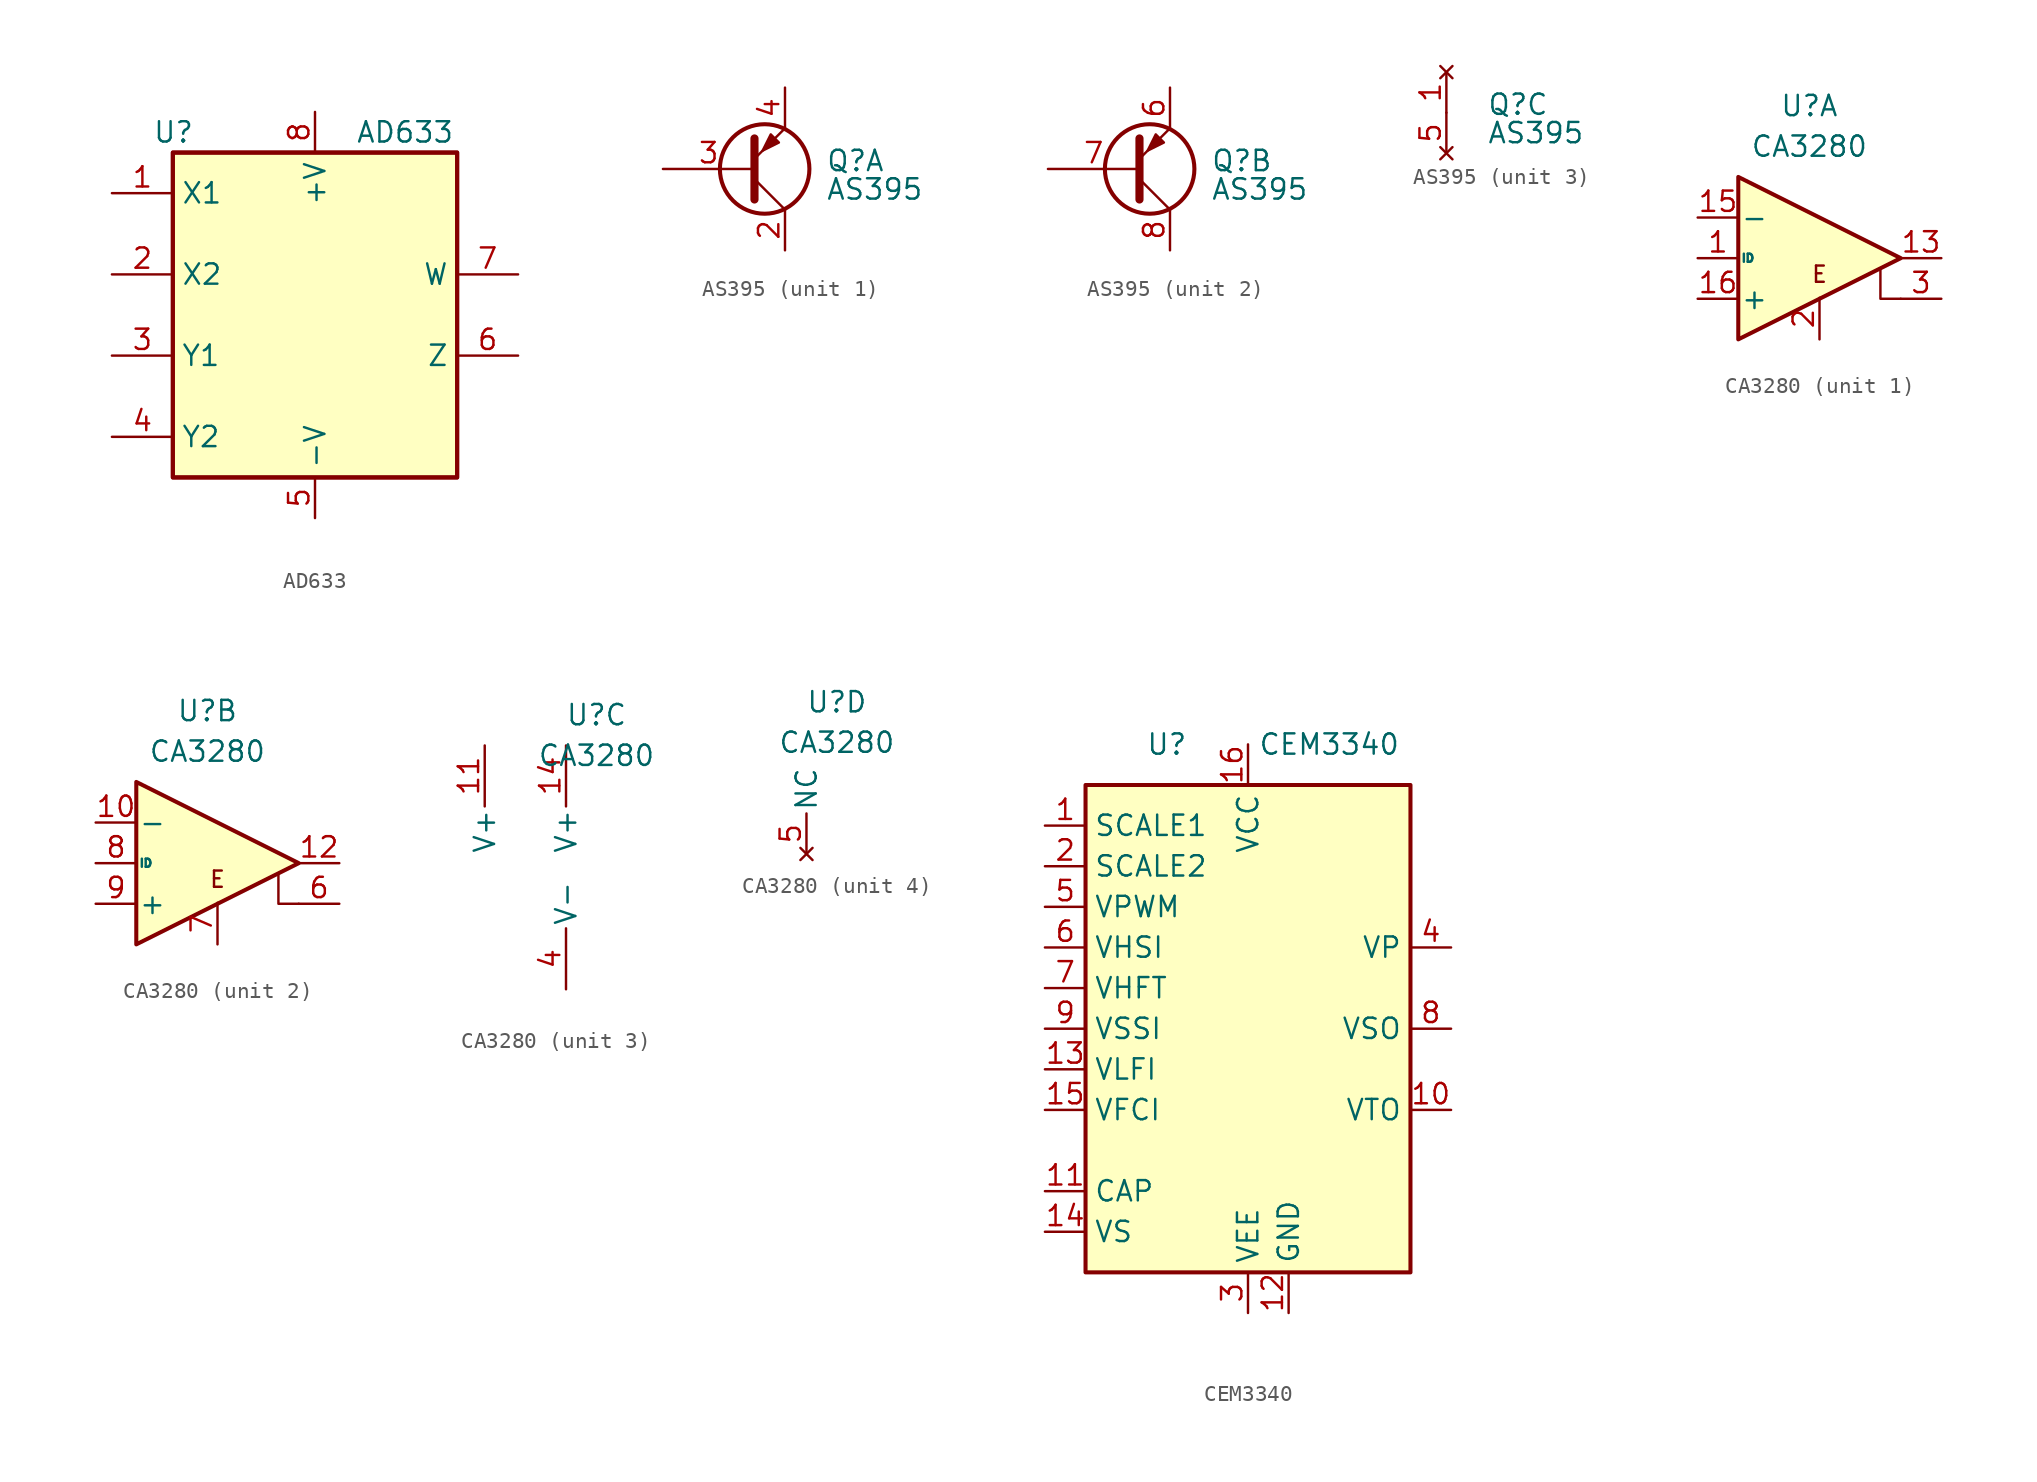
<source format=kicad_sym>
(kicad_symbol_lib
  (version 20220914)
  (generator kicad_symbol_editor)
  (symbol "AD633"
    (property "Reference" "U"
      (at -10.16 8.89 0)
      (effects (font (size 1.27 1.27)) (justify left)))
    (property "Value" "AD633"
      (at 2.54 8.89 0)
      (effects (font (size 1.27 1.27)) (justify left)))
    (symbol "AD633_0_0"
      (pin power_in line (at 0 -15.24 90) (length 2.54) (name "-V" (effects (font (size 1.27 1.27)))) (number "5" (effects (font (size 1.27 1.27)))))
      (pin power_in line (at 0 10.16 270) (length 2.54) (name "+V" (effects (font (size 1.27 1.27)))) (number "8" (effects (font (size 1.27 1.27))))))
    (symbol "AD633_0_1"
      (rectangle (start -8.89 -12.7) (end 8.89 7.62) (stroke (width 0.254) (type default)) (fill (type background)))
      (rectangle (start -8.89 -12.7) (end 8.89 7.62) (stroke (width 0.254) (type default)) (fill (type background))))
    (symbol "AD633_1_1"
      (pin input line (at -12.7 5.08 0) (length 3.81) (name "X1" (effects (font (size 1.27 1.27)))) (number "1" (effects (font (size 1.27 1.27)))))
      (pin input line (at -12.7 0 0) (length 3.81) (name "X2" (effects (font (size 1.27 1.27)))) (number "2" (effects (font (size 1.27 1.27)))))
      (pin input line (at -12.7 -5.08 0) (length 3.81) (name "Y1" (effects (font (size 1.27 1.27)))) (number "3" (effects (font (size 1.27 1.27)))))
      (pin input line (at -12.7 -10.16 0) (length 3.81) (name "Y2" (effects (font (size 1.27 1.27)))) (number "4" (effects (font (size 1.27 1.27)))))
      (pin input line (at 12.7 -5.08 180) (length 3.81) (name "Z" (effects (font (size 1.27 1.27)))) (number "6" (effects (font (size 1.27 1.27)))))
      (pin output line (at 12.7 0 180) (length 3.81) (name "W" (effects (font (size 1.27 1.27)))) (number "7" (effects (font (size 1.27 1.27)))))))
  (symbol "AS395"
    (pin_names
      (offset 0) hide)
    (property "Reference" "Q"
      (at 2.54 0.508 0)
      (effects (font (size 1.27 1.27)) (justify left)))
    (property "Value" "AS395"
      (at 2.54 -1.27 0)
      (effects (font (size 1.27 1.27)) (justify left)))
    (property "ki_locked" ""
      (at 0 0 0)
      (effects (font (size 1.27 1.27))))
    (symbol "AS395_1_0"
      (polyline (pts (xy 0 -2.54) (xy -1.905 -0.635)) (stroke (width 0) (type default)) (fill (type none))))
    (symbol "AS395_1_1"
      (circle (center -1.27 0) (radius 2.794) (stroke (width 0.254) (type default)) (fill (type none)))
      (polyline (pts (xy 0 2.54) (xy -1.905 0.635)) (stroke (width 0) (type default)) (fill (type none)))
      (polyline (pts (xy -1.905 1.905) (xy -1.905 -1.905) (xy -1.905 -1.905)) (stroke (width 0.508) (type default)) (fill (type none)))
      (polyline (pts (xy -0.381 1.651) (xy -0.889 2.159) (xy -1.397 1.143) (xy -0.381 1.651)) (stroke (width 0) (type default)) (fill (type outline)))
      (pin passive line (at 0 -5.08 90) (length 2.54) (name "E" (effects (font (size 1.27 1.27)))) (number "2" (effects (font (size 1.27 1.27)))))
      (pin input line (at -7.62 0 0) (length 5.715) (name "B" (effects (font (size 1.27 1.27)))) (number "3" (effects (font (size 1.27 1.27)))))
      (pin passive line (at 0 5.08 270) (length 2.54) (name "C" (effects (font (size 1.27 1.27)))) (number "4" (effects (font (size 1.27 1.27))))))
    (symbol "AS395_2_0"
      (polyline (pts (xy 0 -2.54) (xy -1.905 -0.635)) (stroke (width 0) (type default)) (fill (type none))))
    (symbol "AS395_2_1"
      (circle (center -1.27 0) (radius 2.794) (stroke (width 0.254) (type default)) (fill (type none)))
      (polyline (pts (xy 0 2.54) (xy -1.905 0.635)) (stroke (width 0) (type default)) (fill (type none)))
      (polyline (pts (xy -1.905 1.905) (xy -1.905 -1.905) (xy -1.905 -1.905)) (stroke (width 0.508) (type default)) (fill (type none)))
      (polyline (pts (xy -0.381 1.651) (xy -0.889 2.159) (xy -1.397 1.143) (xy -0.381 1.651)) (stroke (width 0) (type default)) (fill (type outline)))
      (pin passive line (at 0 5.08 270) (length 2.54) (name "C" (effects (font (size 1.27 1.27)))) (number "6" (effects (font (size 1.27 1.27)))))
      (pin input line (at -7.62 0 0) (length 5.715) (name "B" (effects (font (size 1.27 1.27)))) (number "7" (effects (font (size 1.27 1.27)))))
      (pin passive line (at 0 -5.08 90) (length 2.54) (name "E" (effects (font (size 1.27 1.27)))) (number "8" (effects (font (size 1.27 1.27))))))
    (symbol "AS395_3_1"
      (pin no_connect line (at 0 2.54 270) (length 2.54) (name "NC" (effects (font (size 1.27 1.27)))) (number "1" (effects (font (size 1.27 1.27)))))
      (pin no_connect line (at 0 -2.54 90) (length 2.54) (name "NC" (effects (font (size 1.27 1.27)))) (number "5" (effects (font (size 1.27 1.27)))))))
  (symbol "CA3280"
    (pin_names
      (offset 0.127))
    (property "Reference" "U"
      (at 1.905 9.525 0)
      (effects (font (size 1.27 1.27))))
    (property "Value" "CA3280"
      (at 1.905 6.985 0)
      (effects (font (size 1.27 1.27))))
    (property "ki_locked" ""
      (at 0 0 0)
      (effects (font (size 1.27 1.27))))
    (symbol "CA3280_1_0"
      (text "E" (at 2.54 -1.016 0) (effects (font (size 1.016 1.016)))))
    (symbol "CA3280_1_1"
      (polyline (pts (xy 6.35 -0.635) (xy 6.35 -2.54) (xy 7.62 -2.54)) (stroke (width 0) (type default)) (fill (type none)))
      (polyline (pts (xy 7.62 0) (xy -2.54 -5.08) (xy -2.54 5.08) (xy 7.62 0)) (stroke (width 0.254) (type default)) (fill (type background)))
      (pin input line (at -5.08 0 0) (length 2.54) (name "ID" (effects (font (size 0.508 0.508)))) (number "1" (effects (font (size 1.27 1.27)))))
      (pin output line (at 10.16 0 180) (length 2.54) (name "~" (effects (font (size 1.27 1.27)))) (number "13" (effects (font (size 1.27 1.27)))))
      (pin input line (at -5.08 2.54 0) (length 2.54) (name "-" (effects (font (size 1.27 1.27)))) (number "15" (effects (font (size 1.27 1.27)))))
      (pin input line (at -5.08 -2.54 0) (length 2.54) (name "+" (effects (font (size 1.27 1.27)))) (number "16" (effects (font (size 1.27 1.27)))))
      (pin input line (at 2.54 -5.08 90) (length 2.6) (name "~" (effects (font (size 1.27 1.27)))) (number "2" (effects (font (size 1.27 1.27)))))
      (pin input line (at 10.16 -2.54 180) (length 2.54) (name "~" (effects (font (size 1.27 1.27)))) (number "3" (effects (font (size 1.27 1.27))))))
    (symbol "CA3280_2_0"
      (text "E" (at 2.54 -1.016 0) (effects (font (size 1.016 1.016)))))
    (symbol "CA3280_2_1"
      (polyline (pts (xy 6.35 -0.635) (xy 6.35 -2.54) (xy 7.62 -2.54)) (stroke (width 0) (type default)) (fill (type none)))
      (polyline (pts (xy 7.62 0) (xy -2.54 -5.08) (xy -2.54 5.08) (xy 7.62 0)) (stroke (width 0.254) (type default)) (fill (type background)))
      (pin input line (at -5.08 2.54 0) (length 2.54) (name "-" (effects (font (size 1.27 1.27)))) (number "10" (effects (font (size 1.27 1.27)))))
      (pin output line (at 10.16 0 180) (length 2.54) (name "~" (effects (font (size 1.27 1.27)))) (number "12" (effects (font (size 1.27 1.27)))))
      (pin input line (at 10.16 -2.54 180) (length 2.54) (name "~" (effects (font (size 1.27 1.27)))) (number "6" (effects (font (size 1.27 1.27)))))
      (pin input line (at 2.54 -5.08 90) (length 2.6) (name "~" (effects (font (size 1.27 1.27)))) (number "7" (effects (font (size 1.27 1.27)))))
      (pin input line (at -5.08 0 0) (length 2.54) (name "ID" (effects (font (size 0.508 0.508)))) (number "8" (effects (font (size 1.27 1.27)))))
      (pin input line (at -5.08 -2.54 0) (length 2.54) (name "+" (effects (font (size 1.27 1.27)))) (number "9" (effects (font (size 1.27 1.27))))))
    (symbol "CA3280_3_1"
      (pin power_in line (at -5.08 7.62 270) (length 3.81) (name "V+" (effects (font (size 1.27 1.27)))) (number "11" (effects (font (size 1.27 1.27)))))
      (pin power_in line (at 0 7.62 270) (length 3.81) (name "V+" (effects (font (size 1.27 1.27)))) (number "14" (effects (font (size 1.27 1.27)))))
      (pin power_in line (at 0 -7.62 90) (length 3.81) (name "V-" (effects (font (size 1.27 1.27)))) (number "4" (effects (font (size 1.27 1.27))))))
    (symbol "CA3280_4_1"
      (pin no_connect line (at 0 0 90) (length 2.54) (name "NC" (effects (font (size 1.27 1.27)))) (number "5" (effects (font (size 1.27 1.27)))))))
  (symbol "CEM3340"
    (property "Reference" "U"
      (at -5.08 17.78 0)
      (effects (font (size 1.27 1.27))))
    (property "Value" "CEM3340"
      (at 5.08 17.78 0)
      (effects (font (size 1.27 1.27))))
    (symbol "CEM3340_0_1"
      (rectangle (start -10.16 15.24) (end 10.16 -15.24) (stroke (width 0.254) (type default)) (fill (type background))))
    (symbol "CEM3340_1_1"
      (pin input line (at -12.7 12.7 0) (length 2.54) (name "SCALE1" (effects (font (size 1.27 1.27)))) (number "1" (effects (font (size 1.27 1.27)))))
      (pin output line (at 12.7 -5.08 180) (length 2.54) (name "VTO" (effects (font (size 1.27 1.27)))) (number "10" (effects (font (size 1.27 1.27)))))
      (pin passive line (at -12.7 -10.16 0) (length 2.54) (name "CAP" (effects (font (size 1.27 1.27)))) (number "11" (effects (font (size 1.27 1.27)))))
      (pin power_in line (at 2.54 -17.78 90) (length 2.54) (name "GND" (effects (font (size 1.27 1.27)))) (number "12" (effects (font (size 1.27 1.27)))))
      (pin input line (at -12.7 -2.54 0) (length 2.54) (name "VLFI" (effects (font (size 1.27 1.27)))) (number "13" (effects (font (size 1.27 1.27)))))
      (pin passive line (at -12.7 -12.7 0) (length 2.54) (name "VS" (effects (font (size 1.27 1.27)))) (number "14" (effects (font (size 1.27 1.27)))))
      (pin input line (at -12.7 -5.08 0) (length 2.54) (name "VFCI" (effects (font (size 1.27 1.27)))) (number "15" (effects (font (size 1.27 1.27)))))
      (pin power_in line (at 0 17.78 270) (length 2.54) (name "VCC" (effects (font (size 1.27 1.27)))) (number "16" (effects (font (size 1.27 1.27)))))
      (pin input line (at -12.7 10.16 0) (length 2.54) (name "SCALE2" (effects (font (size 1.27 1.27)))) (number "2" (effects (font (size 1.27 1.27)))))
      (pin power_in line (at 0 -17.78 90) (length 2.54) (name "VEE" (effects (font (size 1.27 1.27)))) (number "3" (effects (font (size 1.27 1.27)))))
      (pin output line (at 12.7 5.08 180) (length 2.54) (name "VP" (effects (font (size 1.27 1.27)))) (number "4" (effects (font (size 1.27 1.27)))))
      (pin input line (at -12.7 7.62 0) (length 2.54) (name "VPWM" (effects (font (size 1.27 1.27)))) (number "5" (effects (font (size 1.27 1.27)))))
      (pin input line (at -12.7 5.08 0) (length 2.54) (name "VHSI" (effects (font (size 1.27 1.27)))) (number "6" (effects (font (size 1.27 1.27)))))
      (pin input line (at -12.7 2.54 0) (length 2.54) (name "VHFT" (effects (font (size 1.27 1.27)))) (number "7" (effects (font (size 1.27 1.27)))))
      (pin output line (at 12.7 0 180) (length 2.54) (name "VSO" (effects (font (size 1.27 1.27)))) (number "8" (effects (font (size 1.27 1.27)))))
      (pin input line (at -12.7 0 0) (length 2.54) (name "VSSI" (effects (font (size 1.27 1.27)))) (number "9" (effects (font (size 1.27 1.27))))))))
</source>
